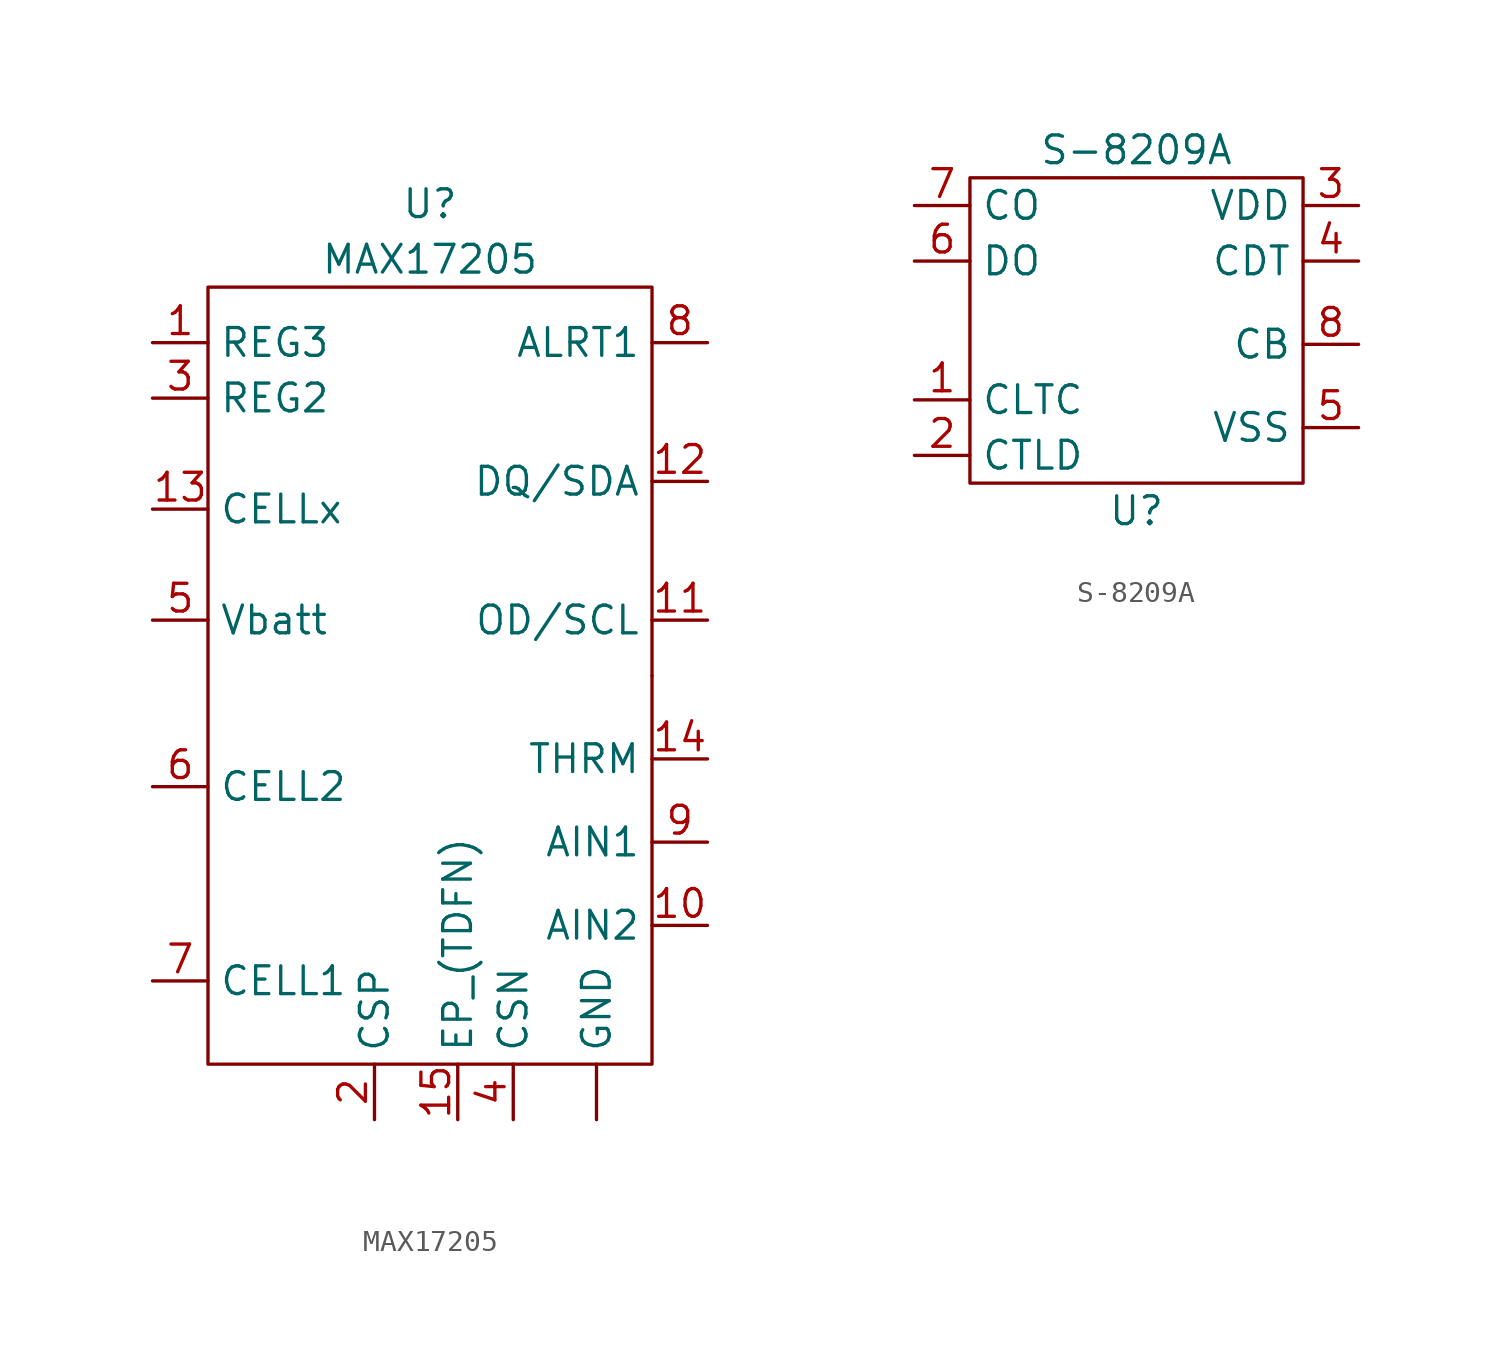
<source format=kicad_sym>
(kicad_symbol_lib
  (version 20211014)
  (generator kicad_symbol_editor)
  (symbol "MAX17205"
    (property "Reference" "U"
      (at 1.27 15.24 0)
      (effects (font (size 1.27 1.27))))
    (property "Value" "MAX17205"
      (at 1.27 12.7 0)
      (effects (font (size 1.27 1.27))))
    (symbol "MAX17205_0_1"
      (rectangle (start -8.89 11.43) (end 11.43 -24.13) (stroke (width 0) (type default) (color 0 0 0 0)) (fill (type none)))
      (rectangle (start 11.43 -6.35) (end 11.43 -6.35) (stroke (width 0) (type default) (color 0 0 0 0)) (fill (type none))))
    (symbol "MAX17205_1_1"
      (pin output line (at 8.89 -26.67 90) (length 2.54) (name "GND" (effects (font (size 1.27 1.27)))) (number "" (effects (font (size 1.27 1.27)))))
      (pin output line (at -11.43 8.89 0) (length 2.54) (name "REG3" (effects (font (size 1.27 1.27)))) (number "1" (effects (font (size 1.27 1.27)))))
      (pin input line (at 13.97 -17.78 180) (length 2.54) (name "AIN2" (effects (font (size 1.27 1.27)))) (number "10" (effects (font (size 1.27 1.27)))))
      (pin input line (at 13.97 -3.81 180) (length 2.54) (name "OD/SCL" (effects (font (size 1.27 1.27)))) (number "11" (effects (font (size 1.27 1.27)))))
      (pin bidirectional line (at 13.97 2.54 180) (length 2.54) (name "DQ/SDA" (effects (font (size 1.27 1.27)))) (number "12" (effects (font (size 1.27 1.27)))))
      (pin bidirectional line (at -11.43 1.27 0) (length 2.54) (name "CELLx" (effects (font (size 1.27 1.27)))) (number "13" (effects (font (size 1.27 1.27)))))
      (pin input line (at 13.97 -10.16 180) (length 2.54) (name "THRM" (effects (font (size 1.27 1.27)))) (number "14" (effects (font (size 1.27 1.27)))))
      (pin input line (at 2.54 -26.67 90) (length 2.54) (name "EP_(TDFN)" (effects (font (size 1.27 1.27)))) (number "15" (effects (font (size 1.27 1.27)))))
      (pin input line (at -1.27 -26.67 90) (length 2.54) (name "CSP" (effects (font (size 1.27 1.27)))) (number "2" (effects (font (size 1.27 1.27)))))
      (pin output line (at -11.43 6.35 0) (length 2.54) (name "REG2" (effects (font (size 1.27 1.27)))) (number "3" (effects (font (size 1.27 1.27)))))
      (pin input line (at 5.08 -26.67 90) (length 2.54) (name "CSN" (effects (font (size 1.27 1.27)))) (number "4" (effects (font (size 1.27 1.27)))))
      (pin input line (at -11.43 -3.81 0) (length 2.54) (name "Vbatt" (effects (font (size 1.27 1.27)))) (number "5" (effects (font (size 1.27 1.27)))))
      (pin input line (at -11.43 -11.43 0) (length 2.54) (name "CELL2" (effects (font (size 1.27 1.27)))) (number "6" (effects (font (size 1.27 1.27)))))
      (pin input line (at -11.43 -20.32 0) (length 2.54) (name "CELL1" (effects (font (size 1.27 1.27)))) (number "7" (effects (font (size 1.27 1.27)))))
      (pin output line (at 13.97 8.89 180) (length 2.54) (name "ALRT1" (effects (font (size 1.27 1.27)))) (number "8" (effects (font (size 1.27 1.27)))))
      (pin input line (at 13.97 -13.97 180) (length 2.54) (name "AIN1" (effects (font (size 1.27 1.27)))) (number "9" (effects (font (size 1.27 1.27)))))))
  (symbol "S-8209A"
    (property "Reference" "U"
      (at 0 -8.89 0)
      (effects (font (size 1.27 1.27))))
    (property "Value" "S-8209A"
      (at 0 7.62 0)
      (effects (font (size 1.27 1.27))))
    (symbol "S-8209A_0_1"
      (rectangle (start -7.62 6.35) (end 7.62 -7.62) (stroke (width 0) (type default) (color 0 0 0 0)) (fill (type none))))
    (symbol "S-8209A_1_1"
      (pin bidirectional line (at -10.16 -3.81 0) (length 2.54) (name "CLTC" (effects (font (size 1.27 1.27)))) (number "1" (effects (font (size 1.27 1.27)))))
      (pin bidirectional line (at -10.16 -6.35 0) (length 2.54) (name "CTLD" (effects (font (size 1.27 1.27)))) (number "2" (effects (font (size 1.27 1.27)))))
      (pin input line (at 10.16 5.08 180) (length 2.54) (name "VDD" (effects (font (size 1.27 1.27)))) (number "3" (effects (font (size 1.27 1.27)))))
      (pin input line (at 10.16 2.54 180) (length 2.54) (name "CDT" (effects (font (size 1.27 1.27)))) (number "4" (effects (font (size 1.27 1.27)))))
      (pin input line (at 10.16 -5.08 180) (length 2.54) (name "VSS" (effects (font (size 1.27 1.27)))) (number "5" (effects (font (size 1.27 1.27)))))
      (pin output line (at -10.16 2.54 0) (length 2.54) (name "DO" (effects (font (size 1.27 1.27)))) (number "6" (effects (font (size 1.27 1.27)))))
      (pin output line (at -10.16 5.08 0) (length 2.54) (name "CO" (effects (font (size 1.27 1.27)))) (number "7" (effects (font (size 1.27 1.27)))))
      (pin output line (at 10.16 -1.27 180) (length 2.54) (name "CB" (effects (font (size 1.27 1.27)))) (number "8" (effects (font (size 1.27 1.27))))))))
</source>
